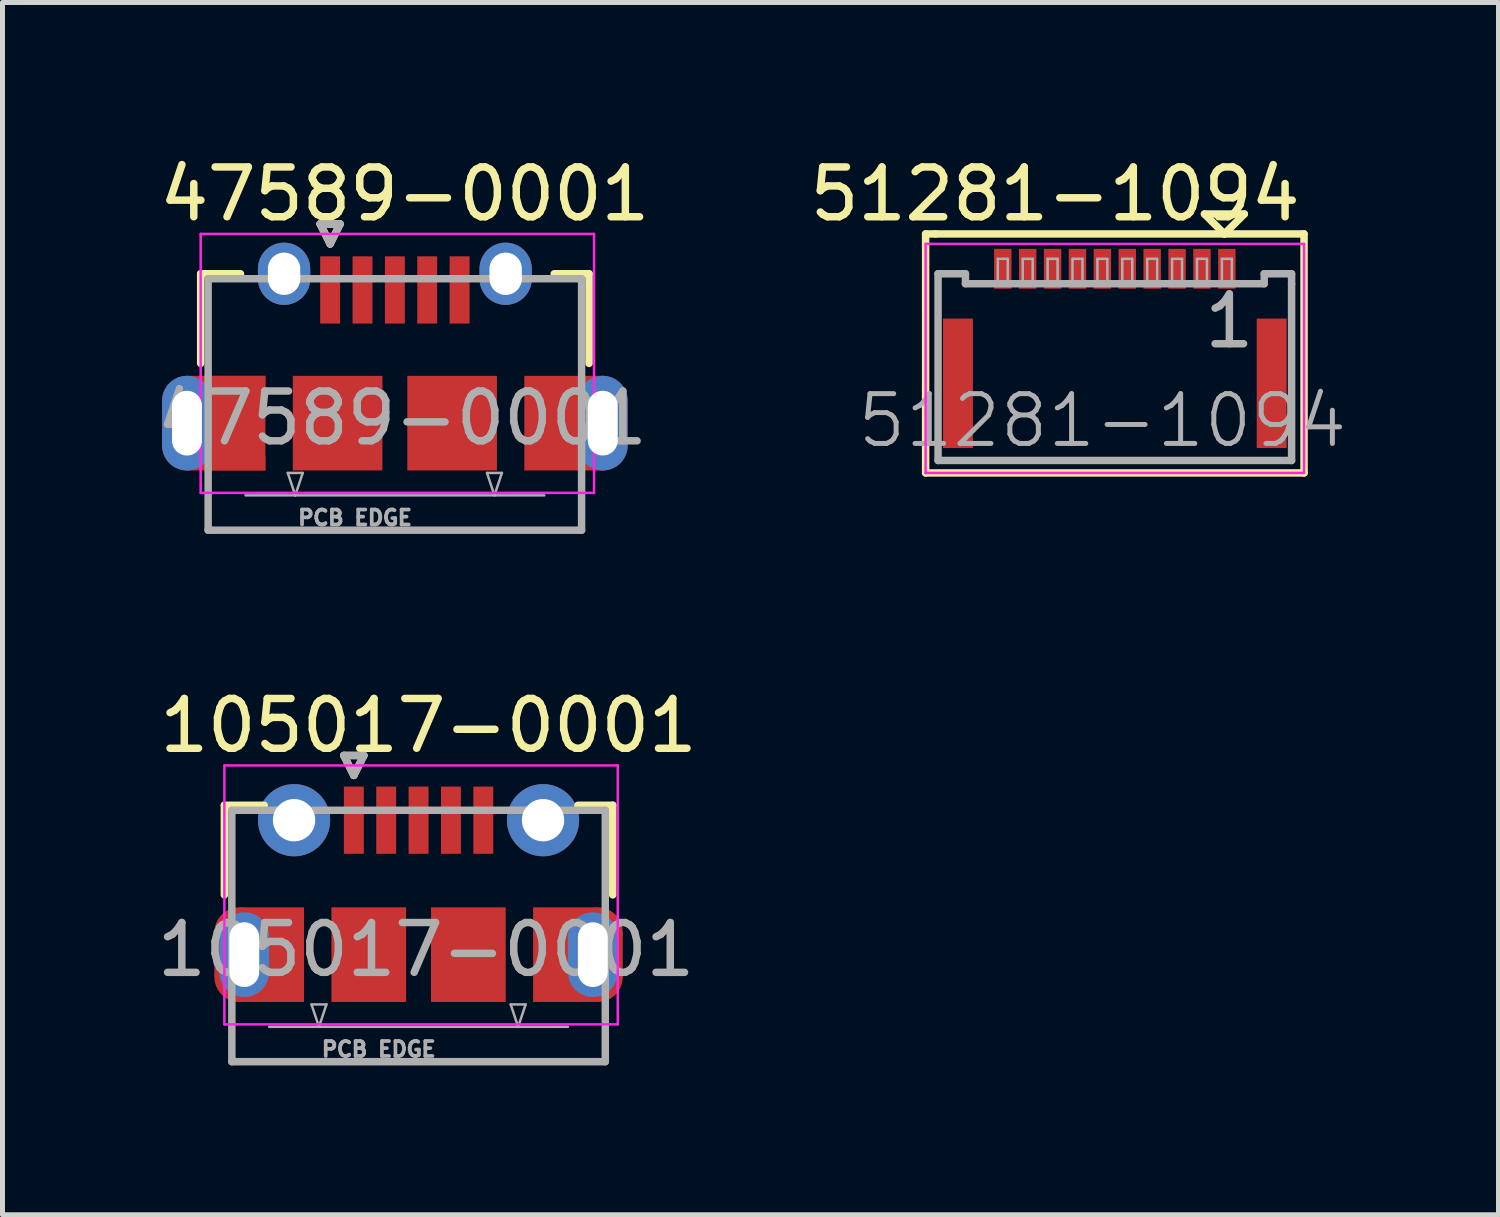
<source format=kicad_pcb>
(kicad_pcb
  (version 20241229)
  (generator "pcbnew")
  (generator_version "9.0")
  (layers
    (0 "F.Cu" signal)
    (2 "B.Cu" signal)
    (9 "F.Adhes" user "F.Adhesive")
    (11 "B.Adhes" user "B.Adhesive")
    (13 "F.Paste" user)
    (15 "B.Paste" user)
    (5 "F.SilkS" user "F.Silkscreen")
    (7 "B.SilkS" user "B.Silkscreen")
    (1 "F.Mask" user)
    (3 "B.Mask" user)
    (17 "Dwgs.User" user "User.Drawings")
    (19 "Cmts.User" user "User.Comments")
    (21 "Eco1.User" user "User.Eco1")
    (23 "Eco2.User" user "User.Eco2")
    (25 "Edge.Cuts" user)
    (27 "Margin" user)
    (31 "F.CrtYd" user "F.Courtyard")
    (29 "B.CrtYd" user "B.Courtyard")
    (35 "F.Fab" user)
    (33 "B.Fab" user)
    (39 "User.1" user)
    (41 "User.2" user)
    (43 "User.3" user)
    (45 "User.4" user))
  (footprint "47589-0001"
    (layer "F.Cu")
    (at 4.88 5.448)
    (property "Reference" "47589-0001" (at 0.2 -4.6 0) (layer "F.SilkS") (effects (font (size 1 1) (thickness 0.15))))
    (attr through_hole)
    (fp_line (start -3.9 -3) (end -3.9 -1.2) (stroke (width 0.15) (type solid)) (layer "F.SilkS"))
    (fp_line (start -3.9 -3) (end -3.1 -3) (stroke (width 0.15) (type solid)) (layer "F.SilkS"))
    (fp_line (start -1.5 -4) (end -1.3 -3.6) (stroke (width 0.15) (type solid)) (layer "F.SilkS"))
    (fp_line (start -1.3 -3.6) (end -1.1 -4) (stroke (width 0.15) (type solid)) (layer "F.SilkS"))
    (fp_line (start -1.1 -4) (end -1.5 -4) (stroke (width 0.15) (type solid)) (layer "F.SilkS"))
    (fp_line (start 3.2 -3) (end 3.9 -3) (stroke (width 0.15) (type solid)) (layer "F.SilkS"))
    (fp_line (start 3.9 -3) (end 3.9 -1.2) (stroke (width 0.15) (type solid)) (layer "F.SilkS"))
    (fp_line (start -3.9 -3.8) (end 4 -3.8) (stroke (width 0.05) (type solid)) (layer "F.CrtYd"))
    (fp_line (start -3.9 1.4) (end -3.9 -3.8) (stroke (width 0.05) (type solid)) (layer "F.CrtYd"))
    (fp_line (start 4 -3.8) (end 4 1.4) (stroke (width 0.05) (type solid)) (layer "F.CrtYd"))
    (fp_line (start 4 1.4) (end -3.9 1.4) (stroke (width 0.05) (type solid)) (layer "F.CrtYd"))
    (fp_line (start -3.75 -2.9) (end 3.75 -2.9) (stroke (width 0.15) (type solid)) (layer "F.Fab"))
    (fp_line (start -3.75 2.15) (end -3.75 -2.9) (stroke (width 0.15) (type solid)) (layer "F.Fab"))
    (fp_line (start -3 1.45) (end 3 1.45) (stroke (width 0.05) (type solid)) (layer "F.Fab"))
    (fp_line (start -2.15 1) (end -1.85 1) (stroke (width 0.05) (type solid)) (layer "F.Fab"))
    (fp_line (start -2 1.45) (end -2.15 1) (stroke (width 0.05) (type solid)) (layer "F.Fab"))
    (fp_line (start -1.85 1) (end -2 1.45) (stroke (width 0.05) (type solid)) (layer "F.Fab"))
    (fp_line (start -1.5 -4) (end -1.1 -4) (stroke (width 0.15) (type solid)) (layer "F.Fab"))
    (fp_line (start -1.3 -3.6) (end -1.5 -4) (stroke (width 0.15) (type solid)) (layer "F.Fab"))
    (fp_line (start -1.1 -4) (end -1.3 -3.6) (stroke (width 0.15) (type solid)) (layer "F.Fab"))
    (fp_line (start 1.85 1) (end 2.15 1) (stroke (width 0.05) (type solid)) (layer "F.Fab"))
    (fp_line (start 2 1.45) (end 1.85 1) (stroke (width 0.05) (type solid)) (layer "F.Fab"))
    (fp_line (start 2.15 1) (end 2 1.45) (stroke (width 0.05) (type solid)) (layer "F.Fab"))
    (fp_line (start 3.75 -2.9) (end 3.75 2.15) (stroke (width 0.15) (type solid)) (layer "F.Fab"))
    (fp_line (start 3.75 2.15) (end -3.75 2.15) (stroke (width 0.15) (type solid)) (layer "F.Fab"))
    (fp_text user "PCB EDGE" (at -0.8 1.9 0) (layer "F.Fab") (effects (font (size 0.3 0.3) (thickness 0.075))))
    (fp_text user "${REFERENCE}" (at 0.15 -0.1 0) (layer "F.Fab") (effects (font (size 1 1) (thickness 0.15))))
    (pad "" smd rect (at -1.15 0) (size 1.8 1.9) (layers "F.Cu" "F.Mask" "F.Paste"))
    (pad "" smd rect (at 1.15 0) (size 1.8 1.9) (layers "F.Cu" "F.Mask" "F.Paste"))
    (pad "1" smd rect (at -1.3 -2.675) (size 0.4 1.35) (layers "F.Cu" "F.Mask" "F.Paste"))
    (pad "2" smd rect (at -0.65 -2.675) (size 0.4 1.35) (layers "F.Cu" "F.Mask" "F.Paste"))
    (pad "3" smd rect (at 0 -2.675) (size 0.4 1.35) (layers "F.Cu" "F.Mask" "F.Paste"))
    (pad "4" smd rect (at 0.65 -2.675) (size 0.4 1.35) (layers "F.Cu" "F.Mask" "F.Paste"))
    (pad "5" smd rect (at 1.3 -2.675) (size 0.4 1.35) (layers "F.Cu" "F.Mask" "F.Paste"))
    (pad "6" thru_hole oval (at -4.175 0) (size 1 1.9) (drill oval 0.6 1.3) (layers "*.Cu" "*.Mask"))
    (pad "6" smd rect (at -3.4 -0.8) (size 1.6 0.3) (layers "F.Cu" "F.Mask" "F.Paste"))
    (pad "6" smd rect (at -3.4 0.8) (size 1.6 0.3) (layers "F.Cu" "F.Mask" "F.Paste"))
    (pad "6" smd rect (at -3.2 0) (size 1.2 1.9) (layers "F.Cu" "F.Mask" "F.Paste"))
    (pad "7" thru_hole oval (at -2.225 -3) (size 1.05 1.25) (drill oval 0.65 0.85) (layers "*.Cu" "*.Mask"))
    (pad "8" thru_hole oval (at 2.225 -3) (size 1.05 1.25) (drill oval 0.65 0.85) (layers "*.Cu" "*.Mask"))
    (pad "9" smd rect (at 3.4 0) (size 1.6 1.9) (layers "F.Cu" "F.Mask" "F.Paste"))
    (pad "9" thru_hole oval (at 4.175 0) (size 1 1.9) (drill oval 0.6 1.3) (layers "*.Cu" "*.Mask")))
  (footprint "51281-1094"
    (layer "F.Cu")
    (at 19.339 4.648)
    (property "Reference" "51281-1094" (at -1.2 -3.8 0) (layer "F.SilkS") (effects (font (size 1 1) (thickness 0.15))))
    (attr through_hole)
    (fp_line (start -3.8 -3) (end -3.6 -3) (stroke (width 0.15) (type solid)) (layer "F.SilkS"))
    (fp_line (start -3.8 1.8) (end -3.8 -3) (stroke (width 0.15) (type solid)) (layer "F.SilkS"))
    (fp_line (start -3.6 -3) (end 3.8 -3) (stroke (width 0.15) (type solid)) (layer "F.SilkS"))
    (fp_line (start 1.8 -3.4) (end 2.6 -3.4) (stroke (width 0.15) (type solid)) (layer "F.SilkS"))
    (fp_line (start 2.2 -3) (end 1.8 -3.4) (stroke (width 0.15) (type solid)) (layer "F.SilkS"))
    (fp_line (start 2.6 -3.4) (end 2.2 -3) (stroke (width 0.15) (type solid)) (layer "F.SilkS"))
    (fp_line (start 3.8 -3) (end 3.8 1.8) (stroke (width 0.15) (type solid)) (layer "F.SilkS"))
    (fp_line (start 3.8 1.8) (end -3.8 1.8) (stroke (width 0.15) (type solid)) (layer "F.SilkS"))
    (fp_line (start -3.8 -2.8) (end -3.8 1.8) (stroke (width 0.05) (type solid)) (layer "F.CrtYd"))
    (fp_line (start -3.8 1.8) (end 3.8 1.8) (stroke (width 0.05) (type solid)) (layer "F.CrtYd"))
    (fp_line (start 3.8 -2.8) (end -3.8 -2.8) (stroke (width 0.05) (type solid)) (layer "F.CrtYd"))
    (fp_line (start 3.8 1.8) (end 3.8 -2.8) (stroke (width 0.05) (type solid)) (layer "F.CrtYd"))
    (fp_line (start -3.55 -2.2) (end -3 -2.2) (stroke (width 0.15) (type solid)) (layer "F.Fab"))
    (fp_line (start -3.55 1.55) (end -3.55 -2.2) (stroke (width 0.15) (type solid)) (layer "F.Fab"))
    (fp_line (start -3 -2.2) (end -3 -2) (stroke (width 0.15) (type solid)) (layer "F.Fab"))
    (fp_line (start -3 -2) (end 3 -2) (stroke (width 0.15) (type solid)) (layer "F.Fab"))
    (fp_line (start -2.35 -2.5) (end -2.35 -2) (stroke (width 0.05) (type solid)) (layer "F.Fab"))
    (fp_line (start -2.25 -2.5) (end -2.35 -2.5) (stroke (width 0.05) (type solid)) (layer "F.Fab"))
    (fp_line (start -2.25 -2.5) (end -2.15 -2.5) (stroke (width 0.05) (type solid)) (layer "F.Fab"))
    (fp_line (start -2.15 -2.5) (end -2.15 -2) (stroke (width 0.05) (type solid)) (layer "F.Fab"))
    (fp_line (start -1.85 -2.5) (end -1.85 -2) (stroke (width 0.05) (type solid)) (layer "F.Fab"))
    (fp_line (start -1.75 -2.5) (end -1.85 -2.5) (stroke (width 0.05) (type solid)) (layer "F.Fab"))
    (fp_line (start -1.75 -2.5) (end -1.65 -2.5) (stroke (width 0.05) (type solid)) (layer "F.Fab"))
    (fp_line (start -1.65 -2.5) (end -1.65 -2) (stroke (width 0.05) (type solid)) (layer "F.Fab"))
    (fp_line (start -1.35 -2.5) (end -1.35 -2) (stroke (width 0.05) (type solid)) (layer "F.Fab"))
    (fp_line (start -1.25 -2.5) (end -1.35 -2.5) (stroke (width 0.05) (type solid)) (layer "F.Fab"))
    (fp_line (start -1.25 -2.5) (end -1.15 -2.5) (stroke (width 0.05) (type solid)) (layer "F.Fab"))
    (fp_line (start -1.15 -2.5) (end -1.15 -2) (stroke (width 0.05) (type solid)) (layer "F.Fab"))
    (fp_line (start -0.85 -2.5) (end -0.85 -2) (stroke (width 0.05) (type solid)) (layer "F.Fab"))
    (fp_line (start -0.75 -2.5) (end -0.85 -2.5) (stroke (width 0.05) (type solid)) (layer "F.Fab"))
    (fp_line (start -0.75 -2.5) (end -0.65 -2.5) (stroke (width 0.05) (type solid)) (layer "F.Fab"))
    (fp_line (start -0.65 -2.5) (end -0.65 -2) (stroke (width 0.05) (type solid)) (layer "F.Fab"))
    (fp_line (start -0.35 -2.5) (end -0.35 -2) (stroke (width 0.05) (type solid)) (layer "F.Fab"))
    (fp_line (start -0.25 -2.5) (end -0.35 -2.5) (stroke (width 0.05) (type solid)) (layer "F.Fab"))
    (fp_line (start -0.25 -2.5) (end -0.15 -2.5) (stroke (width 0.05) (type solid)) (layer "F.Fab"))
    (fp_line (start -0.15 -2.5) (end -0.15 -2) (stroke (width 0.05) (type solid)) (layer "F.Fab"))
    (fp_line (start 0.15 -2.5) (end 0.15 -2) (stroke (width 0.05) (type solid)) (layer "F.Fab"))
    (fp_line (start 0.25 -2.5) (end 0.15 -2.5) (stroke (width 0.05) (type solid)) (layer "F.Fab"))
    (fp_line (start 0.25 -2.5) (end 0.35 -2.5) (stroke (width 0.05) (type solid)) (layer "F.Fab"))
    (fp_line (start 0.35 -2.5) (end 0.35 -2) (stroke (width 0.05) (type solid)) (layer "F.Fab"))
    (fp_line (start 0.65 -2.5) (end 0.65 -2) (stroke (width 0.05) (type solid)) (layer "F.Fab"))
    (fp_line (start 0.75 -2.5) (end 0.65 -2.5) (stroke (width 0.05) (type solid)) (layer "F.Fab"))
    (fp_line (start 0.75 -2.5) (end 0.85 -2.5) (stroke (width 0.05) (type solid)) (layer "F.Fab"))
    (fp_line (start 0.85 -2.5) (end 0.85 -2) (stroke (width 0.05) (type solid)) (layer "F.Fab"))
    (fp_line (start 1.15 -2.5) (end 1.15 -2) (stroke (width 0.05) (type solid)) (layer "F.Fab"))
    (fp_line (start 1.25 -2.5) (end 1.15 -2.5) (stroke (width 0.05) (type solid)) (layer "F.Fab"))
    (fp_line (start 1.25 -2.5) (end 1.35 -2.5) (stroke (width 0.05) (type solid)) (layer "F.Fab"))
    (fp_line (start 1.35 -2.5) (end 1.35 -2) (stroke (width 0.05) (type solid)) (layer "F.Fab"))
    (fp_line (start 1.65 -2.5) (end 1.65 -2) (stroke (width 0.05) (type solid)) (layer "F.Fab"))
    (fp_line (start 1.75 -2.5) (end 1.65 -2.5) (stroke (width 0.05) (type solid)) (layer "F.Fab"))
    (fp_line (start 1.75 -2.5) (end 1.85 -2.5) (stroke (width 0.05) (type solid)) (layer "F.Fab"))
    (fp_line (start 1.85 -2.5) (end 1.85 -2) (stroke (width 0.05) (type solid)) (layer "F.Fab"))
    (fp_line (start 2.15 -2.5) (end 2.15 -2) (stroke (width 0.05) (type solid)) (layer "F.Fab"))
    (fp_line (start 2.25 -2.5) (end 2.15 -2.5) (stroke (width 0.05) (type solid)) (layer "F.Fab"))
    (fp_line (start 2.25 -2.5) (end 2.35 -2.5) (stroke (width 0.05) (type solid)) (layer "F.Fab"))
    (fp_line (start 2.35 -2.5) (end 2.35 -2) (stroke (width 0.05) (type solid)) (layer "F.Fab"))
    (fp_line (start 3 -2.2) (end 3.55 -2.2) (stroke (width 0.15) (type solid)) (layer "F.Fab"))
    (fp_line (start 3 -2) (end 3 -2.2) (stroke (width 0.15) (type solid)) (layer "F.Fab"))
    (fp_line (start 3.55 -2.2) (end 3.55 -2) (stroke (width 0.15) (type solid)) (layer "F.Fab"))
    (fp_line (start 3.55 -2) (end 3.55 1.55) (stroke (width 0.15) (type solid)) (layer "F.Fab"))
    (fp_line (start 3.55 1.55) (end -3.55 1.55) (stroke (width 0.15) (type solid)) (layer "F.Fab"))
    (fp_text user "1" (at 2.3 -1.25 0) (layer "F.Fab") (effects (font (size 1 1) (thickness 0.15))))
    (fp_text user "${REFERENCE}" (at -0.25 0.75 0) (layer "F.Fab") (effects (font (size 1 1) (thickness 0.1))))
    (pad "1" smd rect (at 2.25 -2.3) (size 0.35 0.8) (layers "F.Cu" "F.Mask" "F.Paste"))
    (pad "2" smd rect (at 1.75 -2.3) (size 0.35 0.8) (layers "F.Cu" "F.Mask" "F.Paste"))
    (pad "3" smd rect (at 1.25 -2.3) (size 0.35 0.8) (layers "F.Cu" "F.Mask" "F.Paste"))
    (pad "4" smd rect (at 0.75 -2.3) (size 0.35 0.8) (layers "F.Cu" "F.Mask" "F.Paste"))
    (pad "5" smd rect (at 0.25 -2.3) (size 0.35 0.8) (layers "F.Cu" "F.Mask" "F.Paste"))
    (pad "6" smd rect (at -0.25 -2.3) (size 0.35 0.8) (layers "F.Cu" "F.Mask" "F.Paste"))
    (pad "7" smd rect (at -0.75 -2.3) (size 0.35 0.8) (layers "F.Cu" "F.Mask" "F.Paste"))
    (pad "8" smd rect (at -1.25 -2.3) (size 0.35 0.8) (layers "F.Cu" "F.Mask" "F.Paste"))
    (pad "9" smd rect (at -1.75 -2.3) (size 0.35 0.8) (layers "F.Cu" "F.Mask" "F.Paste"))
    (pad "10" smd rect (at -2.25 -2.3) (size 0.35 0.8) (layers "F.Cu" "F.Mask" "F.Paste"))
    (pad "11" smd rect (at -3.15 0) (size 0.6 2.6) (layers "F.Cu" "F.Mask" "F.Paste"))
    (pad "12" smd rect (at 3.15 0) (size 0.6 2.6) (layers "F.Cu" "F.Mask" "F.Paste")))
  (footprint "105017-0001"
    (layer "F.Cu")
    (at 5.356 16.122)
    (property "Reference" "105017-0001" (at 0.2 -4.6 0) (layer "F.SilkS") (effects (font (size 1 1) (thickness 0.15))))
    (attr through_hole)
    (fp_line (start -3.9 -3) (end -3.9 -1.2) (stroke (width 0.15) (type solid)) (layer "F.SilkS"))
    (fp_line (start -3.9 -3) (end -3.1 -3) (stroke (width 0.15) (type solid)) (layer "F.SilkS"))
    (fp_line (start -1.5 -4) (end -1.3 -3.6) (stroke (width 0.15) (type solid)) (layer "F.SilkS"))
    (fp_line (start -1.3 -3.6) (end -1.1 -4) (stroke (width 0.15) (type solid)) (layer "F.SilkS"))
    (fp_line (start -1.1 -4) (end -1.5 -4) (stroke (width 0.15) (type solid)) (layer "F.SilkS"))
    (fp_line (start 3.2 -3) (end 3.9 -3) (stroke (width 0.15) (type solid)) (layer "F.SilkS"))
    (fp_line (start 3.9 -3) (end 3.9 -1.2) (stroke (width 0.15) (type solid)) (layer "F.SilkS"))
    (fp_line (start -3.9 -3.8) (end 4 -3.8) (stroke (width 0.05) (type solid)) (layer "F.CrtYd"))
    (fp_line (start -3.9 1.4) (end -3.9 -3.8) (stroke (width 0.05) (type solid)) (layer "F.CrtYd"))
    (fp_line (start 4 -3.8) (end 4 1.4) (stroke (width 0.05) (type solid)) (layer "F.CrtYd"))
    (fp_line (start 4 1.4) (end -3.9 1.4) (stroke (width 0.05) (type solid)) (layer "F.CrtYd"))
    (fp_line (start -3.75 -2.9) (end 3.75 -2.9) (stroke (width 0.15) (type solid)) (layer "F.Fab"))
    (fp_line (start -3.75 2.15) (end -3.75 -2.9) (stroke (width 0.15) (type solid)) (layer "F.Fab"))
    (fp_line (start -3 1.45) (end 3 1.45) (stroke (width 0.05) (type solid)) (layer "F.Fab"))
    (fp_line (start -2.15 1) (end -1.85 1) (stroke (width 0.05) (type solid)) (layer "F.Fab"))
    (fp_line (start -2 1.45) (end -2.15 1) (stroke (width 0.05) (type solid)) (layer "F.Fab"))
    (fp_line (start -1.85 1) (end -2 1.45) (stroke (width 0.05) (type solid)) (layer "F.Fab"))
    (fp_line (start -1.5 -4) (end -1.1 -4) (stroke (width 0.15) (type solid)) (layer "F.Fab"))
    (fp_line (start -1.3 -3.6) (end -1.5 -4) (stroke (width 0.15) (type solid)) (layer "F.Fab"))
    (fp_line (start -1.1 -4) (end -1.3 -3.6) (stroke (width 0.15) (type solid)) (layer "F.Fab"))
    (fp_line (start 1.85 1) (end 2.15 1) (stroke (width 0.05) (type solid)) (layer "F.Fab"))
    (fp_line (start 2 1.45) (end 1.85 1) (stroke (width 0.05) (type solid)) (layer "F.Fab"))
    (fp_line (start 2.15 1) (end 2 1.45) (stroke (width 0.05) (type solid)) (layer "F.Fab"))
    (fp_line (start 3.75 -2.9) (end 3.75 2.15) (stroke (width 0.15) (type solid)) (layer "F.Fab"))
    (fp_line (start 3.75 2.15) (end -3.75 2.15) (stroke (width 0.15) (type solid)) (layer "F.Fab"))
    (fp_text user "${REFERENCE}" (at 0.15 -0.1 0) (layer "F.Fab") (effects (font (size 1 1) (thickness 0.15))))
    (fp_text user "PCB EDGE" (at -0.8 1.9 0) (layer "F.Fab") (effects (font (size 0.3 0.3) (thickness 0.075))))
    (pad "" smd rect (at -4 0) (size 0.2 0.9) (layers "F.Cu" "F.Mask" "F.Paste"))
    (pad "" smd circle (at -3.6 -0.45) (size 1 1) (layers "F.Cu" "F.Mask" "F.Paste"))
    (pad "" smd circle (at -3.6 0.45) (size 1 1) (layers "F.Cu" "F.Mask" "F.Paste"))
    (pad "" smd rect (at -2.95 0) (size 1.3 1.9) (layers "F.Cu" "F.Mask" "F.Paste"))
    (pad "" smd rect (at -1 0) (size 1.5 1.9) (layers "F.Cu" "F.Mask" "F.Paste"))
    (pad "" smd rect (at 1 0) (size 1.5 1.9) (layers "F.Cu" "F.Mask" "F.Paste"))
    (pad "" smd rect (at 2.95 0) (size 1.3 1.9) (layers "F.Cu" "F.Mask" "F.Paste"))
    (pad "" smd circle (at 3.6 -0.45) (size 1 1) (layers "F.Cu" "F.Mask" "F.Paste"))
    (pad "" smd circle (at 3.6 0.45) (size 1 1) (layers "F.Cu" "F.Mask" "F.Paste"))
    (pad "" smd rect (at 4 0) (size 0.2 0.9) (layers "F.Cu" "F.Mask" "F.Paste"))
    (pad "1" smd rect (at -1.3 -2.7) (size 0.4 1.35) (layers "F.Cu" "F.Mask" "F.Paste"))
    (pad "2" smd rect (at -0.65 -2.7) (size 0.4 1.35) (layers "F.Cu" "F.Mask" "F.Paste"))
    (pad "3" smd rect (at 0 -2.7) (size 0.4 1.35) (layers "F.Cu" "F.Mask" "F.Paste"))
    (pad "4" smd rect (at 0.65 -2.7) (size 0.4 1.35) (layers "F.Cu" "F.Mask" "F.Paste"))
    (pad "5" smd rect (at 1.3 -2.7) (size 0.4 1.35) (layers "F.Cu" "F.Mask" "F.Paste"))
    (pad "6" thru_hole oval (at -3.5 0) (size 1 1.7) (drill oval 0.6 1.3) (layers "*.Cu" "*.Mask"))
    (pad "7" thru_hole circle (at -2.5 -2.7) (size 1.45 1.45) (drill 0.85) (layers "*.Cu" "*.Mask"))
    (pad "8" thru_hole circle (at 2.5 -2.7) (size 1.45 1.45) (drill 0.85) (layers "*.Cu" "*.Mask"))
    (pad "9" thru_hole oval (at 3.5 0) (size 1 1.7) (drill oval 0.6 1.3) (layers "*.Cu" "*.Mask")))
  (gr_rect
    (start -3 -3)
    (end 27.044 21.346)
    (stroke (width 0.1) (type default))
    (fill no)
    (layer "Edge.Cuts")))
</source>
